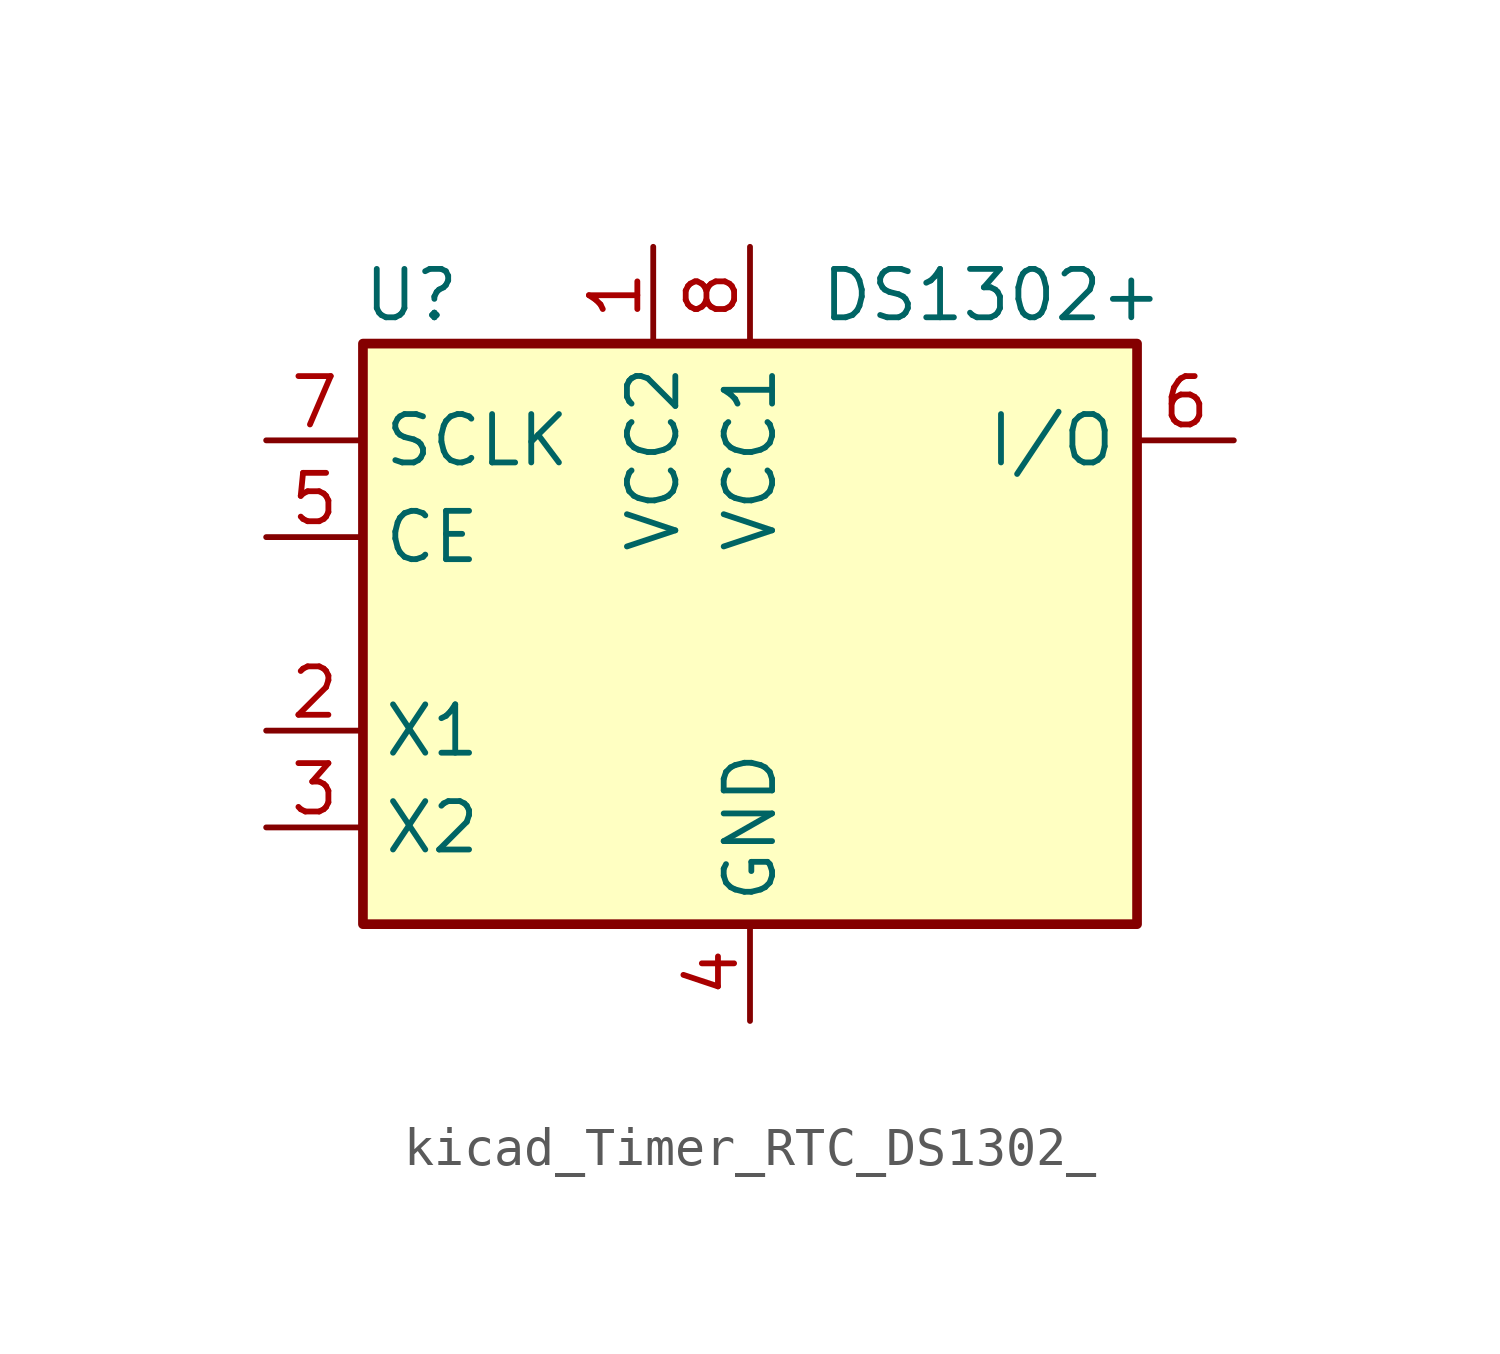
<source format=kicad_sym>
(kicad_symbol_lib
  (version 20220914)
  (generator kicad_symbol_editor)
  (symbol "kicad_Timer_RTC_DS1302_"
    (property "Reference" "U"
      (at -8.89 8.89 0)
      (effects (font (size 1.27 1.27))))
    (property "Value" "DS1302+"
      (at 6.35 8.89 0)
      (effects (font (size 1.27 1.27))))
    (symbol "kicad_Timer_RTC_DS1302__1_1"
      (rectangle (start -10.16 7.62) (end 10.16 -7.62) (stroke (width 0.254) (type default)) (fill (type background)))
      (pin power_in line (at -2.54 10.16 270) (length 2.54) (name "VCC2" (effects (font (size 1.27 1.27)))) (number "1" (effects (font (size 1.27 1.27)))))
      (pin input line (at -12.7 -2.54 0) (length 2.54) (name "X1" (effects (font (size 1.27 1.27)))) (number "2" (effects (font (size 1.27 1.27)))))
      (pin input line (at -12.7 -5.08 0) (length 2.54) (name "X2" (effects (font (size 1.27 1.27)))) (number "3" (effects (font (size 1.27 1.27)))))
      (pin power_in line (at 0 -10.16 90) (length 2.54) (name "GND" (effects (font (size 1.27 1.27)))) (number "4" (effects (font (size 1.27 1.27)))))
      (pin input line (at -12.7 2.54 0) (length 2.54) (name "CE" (effects (font (size 1.27 1.27)))) (number "5" (effects (font (size 1.27 1.27)))))
      (pin bidirectional line (at 12.7 5.08 180) (length 2.54) (name "I/O" (effects (font (size 1.27 1.27)))) (number "6" (effects (font (size 1.27 1.27)))))
      (pin input line (at -12.7 5.08 0) (length 2.54) (name "SCLK" (effects (font (size 1.27 1.27)))) (number "7" (effects (font (size 1.27 1.27)))))
      (pin power_in line (at 0 10.16 270) (length 2.54) (name "VCC1" (effects (font (size 1.27 1.27)))) (number "8" (effects (font (size 1.27 1.27))))))))
</source>
